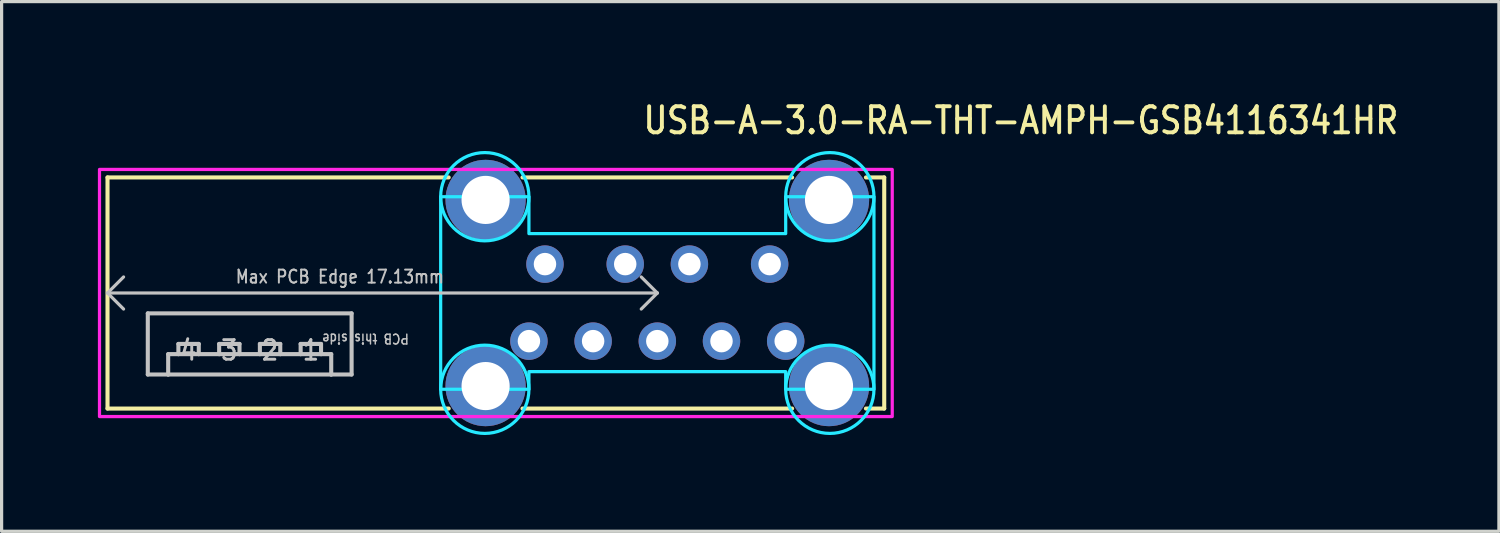
<source format=kicad_pcb>
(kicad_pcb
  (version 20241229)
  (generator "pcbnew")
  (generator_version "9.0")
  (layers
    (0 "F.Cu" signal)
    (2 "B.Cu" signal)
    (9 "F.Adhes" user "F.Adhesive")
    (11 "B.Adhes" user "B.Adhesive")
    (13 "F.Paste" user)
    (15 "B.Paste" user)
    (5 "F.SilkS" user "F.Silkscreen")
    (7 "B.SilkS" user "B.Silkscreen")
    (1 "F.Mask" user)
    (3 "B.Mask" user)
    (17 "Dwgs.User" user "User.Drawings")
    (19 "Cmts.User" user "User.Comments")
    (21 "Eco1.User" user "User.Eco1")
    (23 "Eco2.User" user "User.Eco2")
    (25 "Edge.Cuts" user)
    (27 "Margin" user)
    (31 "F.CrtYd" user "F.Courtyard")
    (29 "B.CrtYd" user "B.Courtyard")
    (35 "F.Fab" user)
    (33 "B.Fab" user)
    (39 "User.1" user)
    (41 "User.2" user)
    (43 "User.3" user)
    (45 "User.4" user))
  (footprint "USB-A-3.0-RA-THT-AMPH-GSB4116341HR"
    (layer "F.Cu")
    (at 17.43 6.079)
    (property "Reference" "USB-A-3.0-RA-THT-AMPH-GSB4116341HR" (at -0.5 -4.9 0) (unlocked yes) (layer "F.SilkS") (effects (font (size 0.813 0.695) (thickness 0.122)) (justify left bottom)))
    (fp_line (start -17.13 -3.6) (end -6.5 -3.6) (stroke (width 0.127) (type solid)) (layer "F.SilkS"))
    (fp_line (start -17.13 3.6) (end -17.13 -3.6) (stroke (width 0.127) (type solid)) (layer "F.SilkS"))
    (fp_line (start -6.5 3.6) (end -17.13 3.6) (stroke (width 0.127) (type solid)) (layer "F.SilkS"))
    (fp_line (start -4.2 -3.6) (end 4.2 -3.6) (stroke (width 0.127) (type solid)) (layer "F.SilkS"))
    (fp_line (start 4.2 3.6) (end -4.2 3.6) (stroke (width 0.127) (type solid)) (layer "F.SilkS"))
    (fp_line (start 6.5 -3.6) (end 7.07 -3.6) (stroke (width 0.127) (type solid)) (layer "F.SilkS"))
    (fp_line (start 7.07 -3.6) (end 7.07 3.6) (stroke (width 0.127) (type solid)) (layer "F.SilkS"))
    (fp_line (start 7.07 3.6) (end 6.5 3.6) (stroke (width 0.127) (type solid)) (layer "F.SilkS"))
    (fp_line (start -17.13 0) (end -16.63 -0.5) (stroke (width 0.1) (type solid)) (layer "Dwgs.User"))
    (fp_line (start -17.13 0) (end -16.63 0.5) (stroke (width 0.1) (type solid)) (layer "Dwgs.User"))
    (fp_line (start -15.875 0.635) (end -9.525 0.635) (stroke (width 0.127) (type solid)) (layer "Dwgs.User"))
    (fp_line (start -15.875 2.54) (end -15.875 0.635) (stroke (width 0.127) (type solid)) (layer "Dwgs.User"))
    (fp_line (start -15.24 1.905) (end -15.24 2.54) (stroke (width 0.127) (type solid)) (layer "Dwgs.User"))
    (fp_line (start -15.24 2.54) (end -15.875 2.54) (stroke (width 0.127) (type solid)) (layer "Dwgs.User"))
    (fp_line (start -14.922 1.587) (end -14.922 1.905) (stroke (width 0.127) (type solid)) (layer "Dwgs.User"))
    (fp_line (start -14.922 1.905) (end -15.24 1.905) (stroke (width 0.127) (type solid)) (layer "Dwgs.User"))
    (fp_line (start -14.287 1.587) (end -14.922 1.587) (stroke (width 0.127) (type solid)) (layer "Dwgs.User"))
    (fp_line (start -14.287 1.905) (end -14.922 1.905) (stroke (width 0.127) (type solid)) (layer "Dwgs.User"))
    (fp_line (start -14.287 1.905) (end -14.287 1.587) (stroke (width 0.127) (type solid)) (layer "Dwgs.User"))
    (fp_line (start -13.652 1.587) (end -13.652 1.905) (stroke (width 0.127) (type solid)) (layer "Dwgs.User"))
    (fp_line (start -13.652 1.905) (end -14.287 1.905) (stroke (width 0.127) (type solid)) (layer "Dwgs.User"))
    (fp_line (start -13.018 1.587) (end -13.652 1.587) (stroke (width 0.127) (type solid)) (layer "Dwgs.User"))
    (fp_line (start -13.018 1.905) (end -13.652 1.905) (stroke (width 0.127) (type solid)) (layer "Dwgs.User"))
    (fp_line (start -13.018 1.905) (end -13.018 1.587) (stroke (width 0.127) (type solid)) (layer "Dwgs.User"))
    (fp_line (start -12.383 1.587) (end -12.383 1.905) (stroke (width 0.127) (type solid)) (layer "Dwgs.User"))
    (fp_line (start -12.383 1.905) (end -13.018 1.905) (stroke (width 0.127) (type solid)) (layer "Dwgs.User"))
    (fp_line (start -11.748 1.587) (end -12.383 1.587) (stroke (width 0.127) (type solid)) (layer "Dwgs.User"))
    (fp_line (start -11.748 1.905) (end -12.383 1.905) (stroke (width 0.127) (type solid)) (layer "Dwgs.User"))
    (fp_line (start -11.748 1.905) (end -11.748 1.587) (stroke (width 0.127) (type solid)) (layer "Dwgs.User"))
    (fp_line (start -11.113 1.587) (end -11.113 1.905) (stroke (width 0.127) (type solid)) (layer "Dwgs.User"))
    (fp_line (start -11.113 1.905) (end -11.748 1.905) (stroke (width 0.127) (type solid)) (layer "Dwgs.User"))
    (fp_line (start -10.477 1.587) (end -11.113 1.587) (stroke (width 0.127) (type solid)) (layer "Dwgs.User"))
    (fp_line (start -10.477 1.905) (end -11.113 1.905) (stroke (width 0.127) (type solid)) (layer "Dwgs.User"))
    (fp_line (start -10.477 1.905) (end -10.477 1.587) (stroke (width 0.127) (type solid)) (layer "Dwgs.User"))
    (fp_line (start -10.16 1.905) (end -10.477 1.905) (stroke (width 0.127) (type solid)) (layer "Dwgs.User"))
    (fp_line (start -10.16 2.54) (end -15.24 2.54) (stroke (width 0.127) (type solid)) (layer "Dwgs.User"))
    (fp_line (start -10.16 2.54) (end -10.16 1.905) (stroke (width 0.127) (type solid)) (layer "Dwgs.User"))
    (fp_line (start -9.525 0.635) (end -9.525 2.54) (stroke (width 0.127) (type solid)) (layer "Dwgs.User"))
    (fp_line (start -9.525 2.54) (end -10.16 2.54) (stroke (width 0.127) (type solid)) (layer "Dwgs.User"))
    (fp_line (start 0 0) (end -17.13 0) (stroke (width 0.1) (type solid)) (layer "Dwgs.User"))
    (fp_line (start 0 0) (end -0.5 -0.5) (stroke (width 0.1) (type solid)) (layer "Dwgs.User"))
    (fp_line (start 0 0) (end -0.5 0.5) (stroke (width 0.1) (type solid)) (layer "Dwgs.User"))
    (fp_circle (center -5.375 -3) (end -6.75 -3) (stroke (width 0.1) (type solid)) (fill no) (layer "B.CrtYd"))
    (fp_circle (center -5.375 3) (end -4 3) (stroke (width 0.1) (type solid)) (fill no) (layer "B.CrtYd"))
    (fp_circle (center 5.375 -3) (end 4 -3) (stroke (width 0.1) (type solid)) (fill no) (layer "B.CrtYd"))
    (fp_circle (center 5.375 3) (end 6.75 3) (stroke (width 0.1) (type solid)) (fill no) (layer "B.CrtYd"))
    (fp_poly (pts (xy -6.75 -3) (xy -4 -3) (xy -4 -1.85) (xy 4 -1.85) (xy 4 -3) (xy 6.75 -3) (xy 6.75 3) (xy 4 3) (xy 4 2.45) (xy -4 2.45) (xy -4 3) (xy -6.75 3)) (stroke (width 0.1) (type solid)) (fill no) (layer "B.CrtYd"))
    (fp_poly (pts (xy -17.38 -3.85) (xy -6.456 -3.85) (xy -4.294 -3.85) (xy 4.294 -3.85) (xy 6.456 -3.85) (xy 7.32 -3.85) (xy 7.32 3.85) (xy 6.456 3.85) (xy 4.294 3.85) (xy -4.294 3.85) (xy -6.456 3.85) (xy -17.38 3.85)) (stroke (width 0.1) (type solid)) (fill no) (layer "F.CrtYd"))
    (fp_text user "1" (at -10.795 1.429 0) (unlocked yes) (layer "Dwgs.User") (effects (font (size 0.61 0.521) (thickness 0.091)) (justify top)))
    (fp_text user "2" (at -12.065 1.429 0) (unlocked yes) (layer "Dwgs.User") (effects (font (size 0.61 0.521) (thickness 0.091)) (justify top)))
    (fp_text user "Max PCB Edge 17.13mm" (at -13.17 -0.27 0) (unlocked yes) (layer "Dwgs.User") (effects (font (size 0.406 0.347) (thickness 0.061)) (justify left bottom)))
    (fp_text user "3" (at -13.335 1.429 0) (unlocked yes) (layer "Dwgs.User") (effects (font (size 0.61 0.521) (thickness 0.091)) (justify top)))
    (fp_text user "PCB this side" (at -9.092 1.6 180) (unlocked yes) (layer "Dwgs.User") (effects (font (size 0.305 0.261) (thickness 0.046)) (justify top)))
    (fp_text user "4" (at -14.605 1.429 0) (unlocked yes) (layer "Dwgs.User") (effects (font (size 0.61 0.521) (thickness 0.091)) (justify top)))
    (pad "1" thru_hole oval (at 3.5 -0.9) (size 1.167 1.167) (drill 0.7) (layers "*.Cu" "*.Mask"))
    (pad "2" thru_hole oval (at 1 -0.9) (size 1.167 1.167) (drill 0.7) (layers "*.Cu" "*.Mask"))
    (pad "3" thru_hole oval (at -1 -0.9) (size 1.167 1.167) (drill 0.7) (layers "*.Cu" "*.Mask"))
    (pad "4" thru_hole oval (at -3.5 -0.9) (size 1.167 1.167) (drill 0.7) (layers "*.Cu" "*.Mask"))
    (pad "5" thru_hole oval (at -4 1.5) (size 1.167 1.167) (drill 0.7) (layers "*.Cu" "*.Mask"))
    (pad "6" thru_hole oval (at -2 1.5) (size 1.167 1.167) (drill 0.7) (layers "*.Cu" "*.Mask"))
    (pad "7" thru_hole oval (at 0 1.5) (size 1.167 1.167) (drill 0.7) (layers "*.Cu" "*.Mask"))
    (pad "8" thru_hole oval (at 2 1.5) (size 1.167 1.167) (drill 0.7) (layers "*.Cu" "*.Mask"))
    (pad "9" thru_hole oval (at 4 1.5) (size 1.167 1.167) (drill 0.7) (layers "*.Cu" "*.Mask"))
    (pad "S_1" thru_hole oval (at -5.35 -2.9) (size 2.5 2.5) (drill 1.5) (layers "*.Cu" "*.Mask"))
    (pad "S_2" thru_hole oval (at -5.35 2.9) (size 2.5 2.5) (drill 1.5) (layers "*.Cu" "*.Mask"))
    (pad "S_3" thru_hole oval (at 5.35 2.9) (size 2.5 2.5) (drill 1.5) (layers "*.Cu" "*.Mask"))
    (pad "S_4" thru_hole oval (at 5.35 -2.9) (size 2.5 2.5) (drill 1.5) (layers "*.Cu" "*.Mask")))
  (gr_rect
    (start -3 -3)
    (end 43.652 13.504)
    (stroke (width 0.1) (type default))
    (fill no)
    (layer "Edge.Cuts")))
</source>
